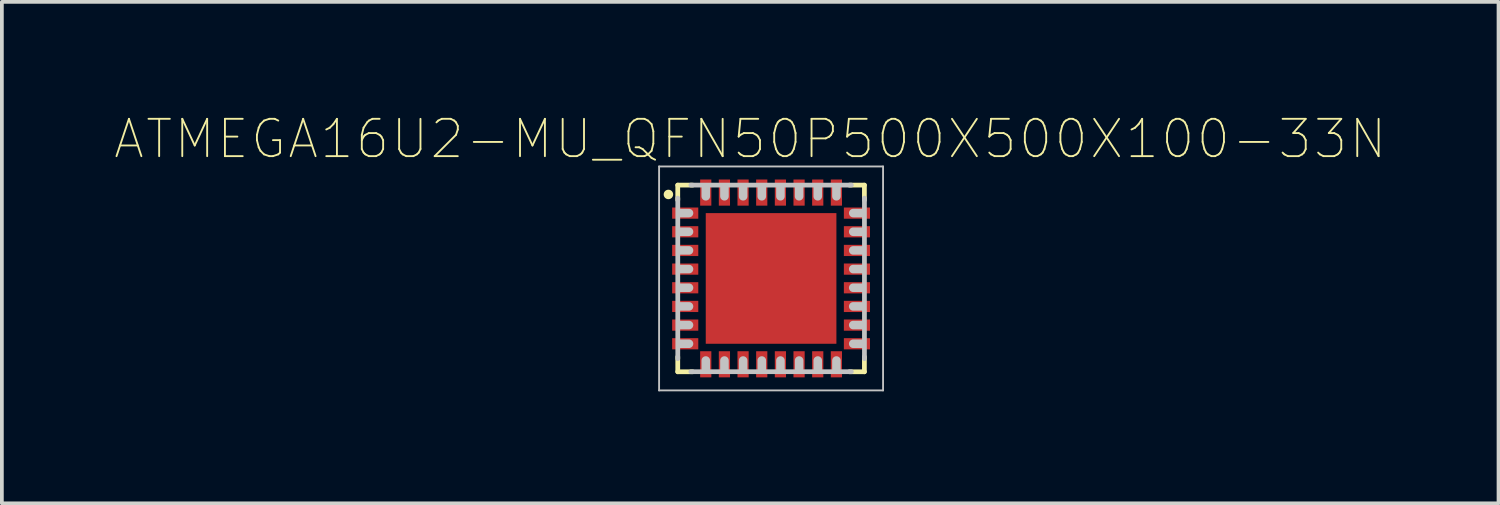
<source format=kicad_pcb>
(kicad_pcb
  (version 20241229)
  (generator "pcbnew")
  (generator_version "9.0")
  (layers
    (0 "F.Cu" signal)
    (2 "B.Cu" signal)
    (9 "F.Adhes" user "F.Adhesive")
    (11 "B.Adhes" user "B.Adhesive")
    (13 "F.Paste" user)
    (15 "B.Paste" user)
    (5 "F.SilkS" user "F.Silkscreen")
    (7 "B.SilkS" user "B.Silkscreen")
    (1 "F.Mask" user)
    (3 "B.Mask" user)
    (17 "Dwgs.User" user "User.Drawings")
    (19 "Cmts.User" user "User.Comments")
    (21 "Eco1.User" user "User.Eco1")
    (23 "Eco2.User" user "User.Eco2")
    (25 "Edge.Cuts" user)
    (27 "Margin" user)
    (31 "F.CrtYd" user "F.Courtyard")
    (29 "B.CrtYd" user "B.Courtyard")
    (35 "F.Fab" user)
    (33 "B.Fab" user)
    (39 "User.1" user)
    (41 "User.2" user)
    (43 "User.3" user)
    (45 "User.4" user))
  (footprint "ATMEGA16U2-MU_QFN50P500X500X100-33N"
    (layer "F.Cu")
    (at 17.606 4.409)
    (property "Reference" "ATMEGA16U2-MU_QFN50P500X500X100-33N" (at -0.559 -3.736 0) (layer "F.SilkS") (effects (font (size 1 1) (thickness 0.05))))
    (attr smd)
    (fp_line (start -2.099 -1.751) (end -2.499 -1.751) (stroke (width 0.4) (type solid)) (layer "F.Mask"))
    (fp_line (start -2.099 -1.251) (end -2.499 -1.251) (stroke (width 0.4) (type solid)) (layer "F.Mask"))
    (fp_line (start -2.099 -0.751) (end -2.499 -0.751) (stroke (width 0.4) (type solid)) (layer "F.Mask"))
    (fp_line (start -2.099 -0.251) (end -2.499 -0.251) (stroke (width 0.4) (type solid)) (layer "F.Mask"))
    (fp_line (start -2.099 0.249) (end -2.499 0.249) (stroke (width 0.4) (type solid)) (layer "F.Mask"))
    (fp_line (start -2.099 0.749) (end -2.499 0.749) (stroke (width 0.4) (type solid)) (layer "F.Mask"))
    (fp_line (start -2.099 1.249) (end -2.499 1.249) (stroke (width 0.4) (type solid)) (layer "F.Mask"))
    (fp_line (start -2.099 1.749) (end -2.499 1.749) (stroke (width 0.4) (type solid)) (layer "F.Mask"))
    (fp_line (start -1.749 -2.101) (end -1.749 -2.501) (stroke (width 0.4) (type solid)) (layer "F.Mask"))
    (fp_line (start -1.749 2.099) (end -1.749 2.499) (stroke (width 0.4) (type solid)) (layer "F.Mask"))
    (fp_line (start -1.249 -2.101) (end -1.249 -2.501) (stroke (width 0.4) (type solid)) (layer "F.Mask"))
    (fp_line (start -1.249 2.099) (end -1.249 2.499) (stroke (width 0.4) (type solid)) (layer "F.Mask"))
    (fp_line (start -0.749 -2.101) (end -0.749 -2.501) (stroke (width 0.4) (type solid)) (layer "F.Mask"))
    (fp_line (start -0.749 2.099) (end -0.749 2.499) (stroke (width 0.4) (type solid)) (layer "F.Mask"))
    (fp_line (start -0.249 -2.101) (end -0.249 -2.501) (stroke (width 0.4) (type solid)) (layer "F.Mask"))
    (fp_line (start -0.249 2.099) (end -0.249 2.499) (stroke (width 0.4) (type solid)) (layer "F.Mask"))
    (fp_line (start 0.251 -2.101) (end 0.251 -2.501) (stroke (width 0.4) (type solid)) (layer "F.Mask"))
    (fp_line (start 0.251 2.099) (end 0.251 2.499) (stroke (width 0.4) (type solid)) (layer "F.Mask"))
    (fp_line (start 0.751 -2.101) (end 0.751 -2.501) (stroke (width 0.4) (type solid)) (layer "F.Mask"))
    (fp_line (start 0.751 2.099) (end 0.751 2.499) (stroke (width 0.4) (type solid)) (layer "F.Mask"))
    (fp_line (start 1.251 -2.101) (end 1.251 -2.501) (stroke (width 0.4) (type solid)) (layer "F.Mask"))
    (fp_line (start 1.251 2.099) (end 1.251 2.499) (stroke (width 0.4) (type solid)) (layer "F.Mask"))
    (fp_line (start 1.751 -2.101) (end 1.751 -2.501) (stroke (width 0.4) (type solid)) (layer "F.Mask"))
    (fp_line (start 1.751 2.099) (end 1.751 2.499) (stroke (width 0.4) (type solid)) (layer "F.Mask"))
    (fp_line (start 2.101 -1.751) (end 2.501 -1.751) (stroke (width 0.4) (type solid)) (layer "F.Mask"))
    (fp_line (start 2.101 -1.251) (end 2.501 -1.251) (stroke (width 0.4) (type solid)) (layer "F.Mask"))
    (fp_line (start 2.101 -0.751) (end 2.501 -0.751) (stroke (width 0.4) (type solid)) (layer "F.Mask"))
    (fp_line (start 2.101 -0.251) (end 2.501 -0.251) (stroke (width 0.4) (type solid)) (layer "F.Mask"))
    (fp_line (start 2.101 0.249) (end 2.501 0.249) (stroke (width 0.4) (type solid)) (layer "F.Mask"))
    (fp_line (start 2.101 0.749) (end 2.501 0.749) (stroke (width 0.4) (type solid)) (layer "F.Mask"))
    (fp_line (start 2.101 1.249) (end 2.501 1.249) (stroke (width 0.4) (type solid)) (layer "F.Mask"))
    (fp_line (start 2.101 1.749) (end 2.501 1.749) (stroke (width 0.4) (type solid)) (layer "F.Mask"))
    (fp_line (start -2.5 -2.5) (end -2.5 -2.1) (stroke (width 0.127) (type solid)) (layer "F.SilkS"))
    (fp_line (start -2.5 2.1) (end -2.5 2.5) (stroke (width 0.127) (type solid)) (layer "F.SilkS"))
    (fp_line (start -2.5 2.5) (end -2.1 2.5) (stroke (width 0.127) (type solid)) (layer "F.SilkS"))
    (fp_line (start -2.1 -2.5) (end -2.5 -2.5) (stroke (width 0.127) (type solid)) (layer "F.SilkS"))
    (fp_line (start 2.1 -2.5) (end 2.5 -2.5) (stroke (width 0.127) (type solid)) (layer "F.SilkS"))
    (fp_line (start 2.1 2.5) (end 2.5 2.5) (stroke (width 0.127) (type solid)) (layer "F.SilkS"))
    (fp_line (start 2.5 -2.5) (end 2.5 -2.1) (stroke (width 0.127) (type solid)) (layer "F.SilkS"))
    (fp_line (start 2.5 2.5) (end 2.5 2.1) (stroke (width 0.127) (type solid)) (layer "F.SilkS"))
    (fp_circle (center -2.75 -2.25) (end -2.623 -2.25) (stroke (width 0) (type solid)) (fill yes) (layer "F.SilkS"))
    (fp_poly (pts (xy -1.1 -1.1) (xy 1.1 -1.1) (xy 1.1 1.1) (xy -1.1 1.1)) (stroke (width 0.381) (type solid)) (fill yes) (layer "F.Paste"))
    (fp_line (start -3 -3) (end 3 -3) (stroke (width 0.05) (type solid)) (layer "Dwgs.User"))
    (fp_line (start -3 3) (end -3 -3) (stroke (width 0.05) (type solid)) (layer "Dwgs.User"))
    (fp_line (start -2.499 2.149) (end -2.499 -2.151) (stroke (width 0.127) (type solid)) (layer "Dwgs.User"))
    (fp_line (start -2.199 -1.751) (end -2.424 -1.751) (stroke (width 0.23) (type solid)) (layer "Dwgs.User"))
    (fp_line (start -2.199 -1.251) (end -2.424 -1.251) (stroke (width 0.23) (type solid)) (layer "Dwgs.User"))
    (fp_line (start -2.199 -0.751) (end -2.424 -0.751) (stroke (width 0.23) (type solid)) (layer "Dwgs.User"))
    (fp_line (start -2.199 -0.251) (end -2.424 -0.251) (stroke (width 0.23) (type solid)) (layer "Dwgs.User"))
    (fp_line (start -2.199 0.249) (end -2.424 0.249) (stroke (width 0.23) (type solid)) (layer "Dwgs.User"))
    (fp_line (start -2.199 0.749) (end -2.424 0.749) (stroke (width 0.23) (type solid)) (layer "Dwgs.User"))
    (fp_line (start -2.199 1.249) (end -2.424 1.249) (stroke (width 0.23) (type solid)) (layer "Dwgs.User"))
    (fp_line (start -2.199 1.749) (end -2.424 1.749) (stroke (width 0.23) (type solid)) (layer "Dwgs.User"))
    (fp_line (start -2.149 -2.501) (end 2.151 -2.501) (stroke (width 0.127) (type solid)) (layer "Dwgs.User"))
    (fp_line (start -1.749 -2.201) (end -1.749 -2.426) (stroke (width 0.23) (type solid)) (layer "Dwgs.User"))
    (fp_line (start -1.749 2.199) (end -1.749 2.424) (stroke (width 0.23) (type solid)) (layer "Dwgs.User"))
    (fp_line (start -1.249 -2.201) (end -1.249 -2.426) (stroke (width 0.23) (type solid)) (layer "Dwgs.User"))
    (fp_line (start -1.249 2.199) (end -1.249 2.424) (stroke (width 0.23) (type solid)) (layer "Dwgs.User"))
    (fp_line (start -0.749 -2.201) (end -0.749 -2.426) (stroke (width 0.23) (type solid)) (layer "Dwgs.User"))
    (fp_line (start -0.749 2.199) (end -0.749 2.424) (stroke (width 0.23) (type solid)) (layer "Dwgs.User"))
    (fp_line (start -0.249 -2.201) (end -0.249 -2.426) (stroke (width 0.23) (type solid)) (layer "Dwgs.User"))
    (fp_line (start -0.249 2.199) (end -0.249 2.424) (stroke (width 0.23) (type solid)) (layer "Dwgs.User"))
    (fp_line (start 0.251 -2.201) (end 0.251 -2.426) (stroke (width 0.23) (type solid)) (layer "Dwgs.User"))
    (fp_line (start 0.251 2.199) (end 0.251 2.424) (stroke (width 0.23) (type solid)) (layer "Dwgs.User"))
    (fp_line (start 0.751 -2.201) (end 0.751 -2.426) (stroke (width 0.23) (type solid)) (layer "Dwgs.User"))
    (fp_line (start 0.751 2.199) (end 0.751 2.424) (stroke (width 0.23) (type solid)) (layer "Dwgs.User"))
    (fp_line (start 1.251 -2.201) (end 1.251 -2.426) (stroke (width 0.23) (type solid)) (layer "Dwgs.User"))
    (fp_line (start 1.251 2.199) (end 1.251 2.424) (stroke (width 0.23) (type solid)) (layer "Dwgs.User"))
    (fp_line (start 1.751 -2.201) (end 1.751 -2.426) (stroke (width 0.23) (type solid)) (layer "Dwgs.User"))
    (fp_line (start 1.751 2.199) (end 1.751 2.424) (stroke (width 0.23) (type solid)) (layer "Dwgs.User"))
    (fp_line (start 2.151 2.499) (end -2.149 2.499) (stroke (width 0.127) (type solid)) (layer "Dwgs.User"))
    (fp_line (start 2.201 -1.751) (end 2.426 -1.751) (stroke (width 0.23) (type solid)) (layer "Dwgs.User"))
    (fp_line (start 2.201 -1.251) (end 2.426 -1.251) (stroke (width 0.23) (type solid)) (layer "Dwgs.User"))
    (fp_line (start 2.201 -0.751) (end 2.426 -0.751) (stroke (width 0.23) (type solid)) (layer "Dwgs.User"))
    (fp_line (start 2.201 -0.251) (end 2.426 -0.251) (stroke (width 0.23) (type solid)) (layer "Dwgs.User"))
    (fp_line (start 2.201 0.249) (end 2.426 0.249) (stroke (width 0.23) (type solid)) (layer "Dwgs.User"))
    (fp_line (start 2.201 0.749) (end 2.426 0.749) (stroke (width 0.23) (type solid)) (layer "Dwgs.User"))
    (fp_line (start 2.201 1.249) (end 2.426 1.249) (stroke (width 0.23) (type solid)) (layer "Dwgs.User"))
    (fp_line (start 2.201 1.749) (end 2.426 1.749) (stroke (width 0.23) (type solid)) (layer "Dwgs.User"))
    (fp_line (start 2.501 -2.151) (end 2.501 2.149) (stroke (width 0.127) (type solid)) (layer "Dwgs.User"))
    (fp_line (start 3 -3) (end 3 3) (stroke (width 0.05) (type solid)) (layer "Dwgs.User"))
    (fp_line (start 3 3) (end -3 3) (stroke (width 0.05) (type solid)) (layer "Dwgs.User"))
    (pad "1" smd rect (at -2.3 -1.75) (size 0.7 0.3) (layers "F.Cu" "F.Mask" "F.Paste"))
    (pad "2" smd rect (at -2.3 -1.25) (size 0.7 0.3) (layers "F.Cu" "F.Mask" "F.Paste"))
    (pad "3" smd rect (at -2.3 -0.75) (size 0.7 0.3) (layers "F.Cu" "F.Mask" "F.Paste"))
    (pad "4" smd rect (at -2.3 -0.25) (size 0.7 0.3) (layers "F.Cu" "F.Mask" "F.Paste"))
    (pad "5" smd rect (at -2.3 0.25) (size 0.7 0.3) (layers "F.Cu" "F.Mask" "F.Paste"))
    (pad "6" smd rect (at -2.3 0.75) (size 0.7 0.3) (layers "F.Cu" "F.Mask" "F.Paste"))
    (pad "7" smd rect (at -2.3 1.25) (size 0.7 0.3) (layers "F.Cu" "F.Mask" "F.Paste"))
    (pad "8" smd rect (at -2.3 1.75) (size 0.7 0.3) (layers "F.Cu" "F.Mask" "F.Paste"))
    (pad "9" smd rect (at -1.75 2.3 90) (size 0.7 0.3) (layers "F.Cu" "F.Mask" "F.Paste"))
    (pad "10" smd rect (at -1.25 2.3 90) (size 0.7 0.3) (layers "F.Cu" "F.Mask" "F.Paste"))
    (pad "11" smd rect (at -0.75 2.3 90) (size 0.7 0.3) (layers "F.Cu" "F.Mask" "F.Paste"))
    (pad "12" smd rect (at -0.25 2.3 90) (size 0.7 0.3) (layers "F.Cu" "F.Mask" "F.Paste"))
    (pad "13" smd rect (at 0.25 2.3 90) (size 0.7 0.3) (layers "F.Cu" "F.Mask" "F.Paste"))
    (pad "14" smd rect (at 0.75 2.3 90) (size 0.7 0.3) (layers "F.Cu" "F.Mask" "F.Paste"))
    (pad "15" smd rect (at 1.25 2.3 90) (size 0.7 0.3) (layers "F.Cu" "F.Mask" "F.Paste"))
    (pad "16" smd rect (at 1.75 2.3 90) (size 0.7 0.3) (layers "F.Cu" "F.Mask" "F.Paste"))
    (pad "17" smd rect (at 2.3 1.75 180) (size 0.7 0.3) (layers "F.Cu" "F.Mask" "F.Paste"))
    (pad "18" smd rect (at 2.3 1.25 180) (size 0.7 0.3) (layers "F.Cu" "F.Mask" "F.Paste"))
    (pad "19" smd rect (at 2.3 0.75 180) (size 0.7 0.3) (layers "F.Cu" "F.Mask" "F.Paste"))
    (pad "20" smd rect (at 2.3 0.25 180) (size 0.7 0.3) (layers "F.Cu" "F.Mask" "F.Paste"))
    (pad "21" smd rect (at 2.3 -0.25 180) (size 0.7 0.3) (layers "F.Cu" "F.Mask" "F.Paste"))
    (pad "22" smd rect (at 2.3 -0.75 180) (size 0.7 0.3) (layers "F.Cu" "F.Mask" "F.Paste"))
    (pad "23" smd rect (at 2.3 -1.25 180) (size 0.7 0.3) (layers "F.Cu" "F.Mask" "F.Paste"))
    (pad "24" smd rect (at 2.3 -1.75 180) (size 0.7 0.3) (layers "F.Cu" "F.Mask" "F.Paste"))
    (pad "25" smd rect (at 1.75 -2.3 270) (size 0.7 0.3) (layers "F.Cu" "F.Mask" "F.Paste"))
    (pad "26" smd rect (at 1.25 -2.3 270) (size 0.7 0.3) (layers "F.Cu" "F.Mask" "F.Paste"))
    (pad "27" smd rect (at 0.75 -2.3 270) (size 0.7 0.3) (layers "F.Cu" "F.Mask" "F.Paste"))
    (pad "28" smd rect (at 0.25 -2.3 270) (size 0.7 0.3) (layers "F.Cu" "F.Mask" "F.Paste"))
    (pad "29" smd rect (at -0.25 -2.3 270) (size 0.7 0.3) (layers "F.Cu" "F.Mask" "F.Paste"))
    (pad "30" smd rect (at -0.75 -2.3 270) (size 0.7 0.3) (layers "F.Cu" "F.Mask" "F.Paste"))
    (pad "31" smd rect (at -1.25 -2.3 270) (size 0.7 0.3) (layers "F.Cu" "F.Mask" "F.Paste"))
    (pad "32" smd rect (at -1.75 -2.3 270) (size 0.7 0.3) (layers "F.Cu" "F.Mask" "F.Paste"))
    (pad "33" smd rect (at 0 0) (size 3.5 3.5) (layers "F.Cu" "F.Mask" "F.Paste")))
  (gr_rect
    (start -3 -3)
    (end 37.093 10.434)
    (stroke (width 0.1) (type default))
    (fill no)
    (layer "Edge.Cuts")))
</source>
